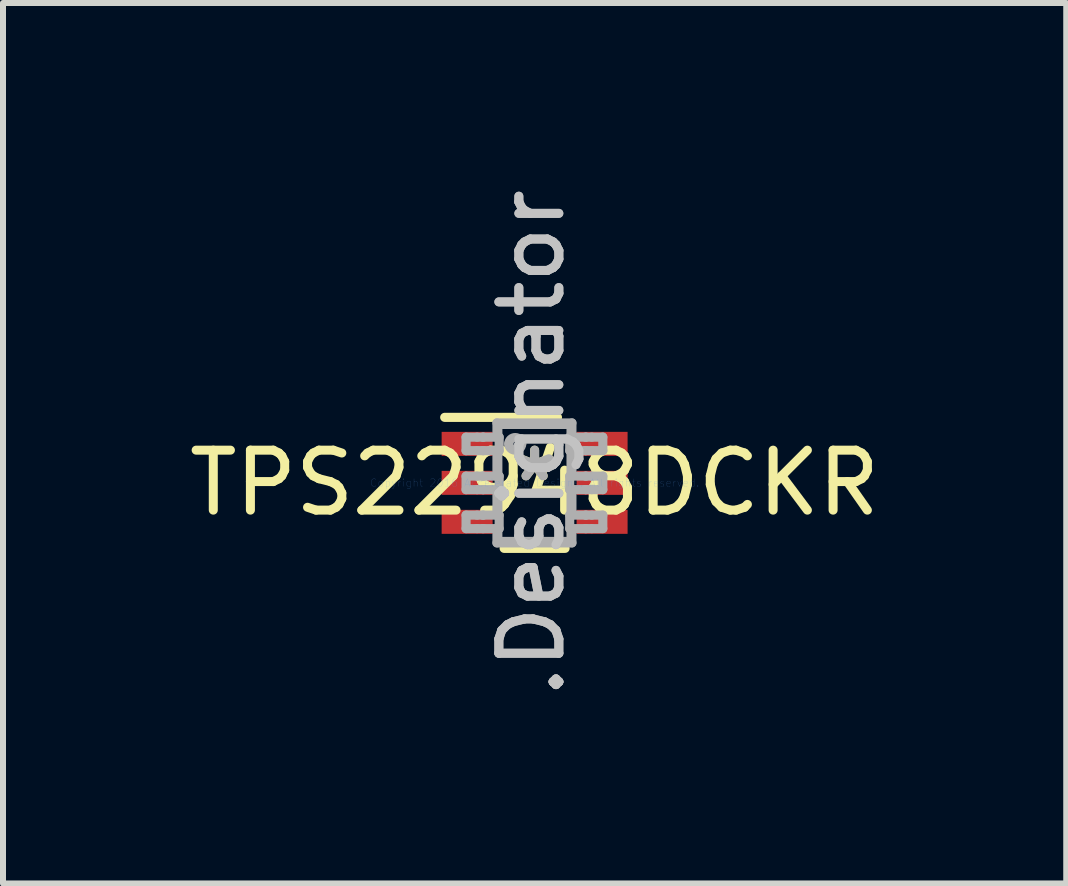
<source format=kicad_pcb>
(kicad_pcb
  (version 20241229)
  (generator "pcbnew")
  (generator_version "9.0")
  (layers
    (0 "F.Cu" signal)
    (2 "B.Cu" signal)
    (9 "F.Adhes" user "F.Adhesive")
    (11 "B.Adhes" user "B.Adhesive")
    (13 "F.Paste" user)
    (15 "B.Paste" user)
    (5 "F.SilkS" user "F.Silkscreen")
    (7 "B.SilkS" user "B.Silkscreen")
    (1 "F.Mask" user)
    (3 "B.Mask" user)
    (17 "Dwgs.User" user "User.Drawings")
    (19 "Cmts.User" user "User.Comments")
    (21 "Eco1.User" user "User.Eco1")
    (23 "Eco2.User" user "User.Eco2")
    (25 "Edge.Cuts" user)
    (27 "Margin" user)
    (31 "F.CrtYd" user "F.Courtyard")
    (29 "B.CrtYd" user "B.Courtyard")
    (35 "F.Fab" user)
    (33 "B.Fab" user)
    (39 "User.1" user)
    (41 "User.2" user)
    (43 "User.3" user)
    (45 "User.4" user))
  (footprint "TPS22948DCKR"
    (layer "F.Cu")
    (at 5.863 5)
    (property "Reference" "TPS22948DCKR" (at 0 0 0) (layer "F.SilkS") (effects (font (size 1 1) (thickness 0.15))))
    (attr through_hole)
    (fp_line (start -1.499 -1.092) (end 0.381 -1.092) (stroke (width 0.152) (type solid)) (layer "F.SilkS"))
    (fp_line (start -0.508 1.092) (end 0.508 1.092) (stroke (width 0.152) (type solid)) (layer "F.SilkS"))
    (fp_line (start -1.143 -0.762) (end -0.959 -0.762) (stroke (width 0.152) (type solid)) (layer "F.Fab"))
    (fp_line (start -1.143 -0.537) (end -1.143 -0.762) (stroke (width 0.152) (type solid)) (layer "F.Fab"))
    (fp_line (start -1.143 -0.537) (end -0.959 -0.537) (stroke (width 0.152) (type solid)) (layer "F.Fab"))
    (fp_line (start -1.143 -0.112) (end -0.959 -0.112) (stroke (width 0.152) (type solid)) (layer "F.Fab"))
    (fp_line (start -1.143 0.113) (end -1.143 -0.112) (stroke (width 0.152) (type solid)) (layer "F.Fab"))
    (fp_line (start -1.143 0.113) (end -0.959 0.113) (stroke (width 0.152) (type solid)) (layer "F.Fab"))
    (fp_line (start -1.143 0.538) (end -0.959 0.538) (stroke (width 0.152) (type solid)) (layer "F.Fab"))
    (fp_line (start -1.143 0.763) (end -1.143 0.538) (stroke (width 0.152) (type solid)) (layer "F.Fab"))
    (fp_line (start -1.143 0.763) (end -0.959 0.763) (stroke (width 0.152) (type solid)) (layer "F.Fab"))
    (fp_line (start -0.959 -0.762) (end -0.865 -0.762) (stroke (width 0.152) (type solid)) (layer "F.Fab"))
    (fp_line (start -0.959 -0.537) (end -0.865 -0.537) (stroke (width 0.152) (type solid)) (layer "F.Fab"))
    (fp_line (start -0.959 -0.112) (end -0.865 -0.112) (stroke (width 0.152) (type solid)) (layer "F.Fab"))
    (fp_line (start -0.959 0.113) (end -0.865 0.113) (stroke (width 0.152) (type solid)) (layer "F.Fab"))
    (fp_line (start -0.959 0.538) (end -0.865 0.538) (stroke (width 0.152) (type solid)) (layer "F.Fab"))
    (fp_line (start -0.959 0.763) (end -0.865 0.763) (stroke (width 0.152) (type solid)) (layer "F.Fab"))
    (fp_line (start -0.865 -0.762) (end -0.853 -0.762) (stroke (width 0.152) (type solid)) (layer "F.Fab"))
    (fp_line (start -0.865 -0.537) (end -0.853 -0.537) (stroke (width 0.152) (type solid)) (layer "F.Fab"))
    (fp_line (start -0.865 -0.112) (end -0.853 -0.112) (stroke (width 0.152) (type solid)) (layer "F.Fab"))
    (fp_line (start -0.865 0.113) (end -0.853 0.113) (stroke (width 0.152) (type solid)) (layer "F.Fab"))
    (fp_line (start -0.865 0.538) (end -0.853 0.538) (stroke (width 0.152) (type solid)) (layer "F.Fab"))
    (fp_line (start -0.865 0.763) (end -0.853 0.763) (stroke (width 0.152) (type solid)) (layer "F.Fab"))
    (fp_line (start -0.853 -0.762) (end -0.628 -0.762) (stroke (width 0.152) (type solid)) (layer "F.Fab"))
    (fp_line (start -0.853 -0.537) (end -0.628 -0.537) (stroke (width 0.152) (type solid)) (layer "F.Fab"))
    (fp_line (start -0.853 -0.112) (end -0.628 -0.112) (stroke (width 0.152) (type solid)) (layer "F.Fab"))
    (fp_line (start -0.853 0.113) (end -0.628 0.113) (stroke (width 0.152) (type solid)) (layer "F.Fab"))
    (fp_line (start -0.853 0.538) (end -0.628 0.538) (stroke (width 0.152) (type solid)) (layer "F.Fab"))
    (fp_line (start -0.853 0.763) (end -0.628 0.763) (stroke (width 0.152) (type solid)) (layer "F.Fab"))
    (fp_line (start -0.628 -0.999) (end 0.622 -0.999) (stroke (width 0.152) (type solid)) (layer "F.Fab"))
    (fp_line (start -0.628 -0.762) (end -0.628 -0.999) (stroke (width 0.152) (type solid)) (layer "F.Fab"))
    (fp_line (start -0.628 -0.762) (end -0.591 -0.762) (stroke (width 0.152) (type solid)) (layer "F.Fab"))
    (fp_line (start -0.628 -0.537) (end -0.591 -0.537) (stroke (width 0.152) (type solid)) (layer "F.Fab"))
    (fp_line (start -0.628 -0.112) (end -0.628 -0.537) (stroke (width 0.152) (type solid)) (layer "F.Fab"))
    (fp_line (start -0.628 -0.112) (end -0.591 -0.112) (stroke (width 0.152) (type solid)) (layer "F.Fab"))
    (fp_line (start -0.628 0.113) (end -0.591 0.113) (stroke (width 0.152) (type solid)) (layer "F.Fab"))
    (fp_line (start -0.628 0.538) (end -0.628 0.113) (stroke (width 0.152) (type solid)) (layer "F.Fab"))
    (fp_line (start -0.628 0.538) (end -0.591 0.538) (stroke (width 0.152) (type solid)) (layer "F.Fab"))
    (fp_line (start -0.628 0.763) (end -0.591 0.763) (stroke (width 0.152) (type solid)) (layer "F.Fab"))
    (fp_line (start -0.628 1.001) (end -0.628 0.763) (stroke (width 0.152) (type solid)) (layer "F.Fab"))
    (fp_line (start -0.628 1.001) (end 0.622 1.001) (stroke (width 0.152) (type solid)) (layer "F.Fab"))
    (fp_line (start -0.613 -0.974) (end 0.607 -0.974) (stroke (width 0.152) (type solid)) (layer "F.Fab"))
    (fp_line (start -0.613 -0.762) (end -0.613 -0.974) (stroke (width 0.152) (type solid)) (layer "F.Fab"))
    (fp_line (start -0.613 -0.112) (end -0.613 -0.537) (stroke (width 0.152) (type solid)) (layer "F.Fab"))
    (fp_line (start -0.613 0.538) (end -0.613 0.113) (stroke (width 0.152) (type solid)) (layer "F.Fab"))
    (fp_line (start -0.613 0.976) (end -0.613 0.763) (stroke (width 0.152) (type solid)) (layer "F.Fab"))
    (fp_line (start -0.613 0.976) (end 0.607 0.976) (stroke (width 0.152) (type solid)) (layer "F.Fab"))
    (fp_line (start -0.591 -0.537) (end -0.591 -0.762) (stroke (width 0.152) (type solid)) (layer "F.Fab"))
    (fp_line (start -0.591 0.113) (end -0.591 -0.112) (stroke (width 0.152) (type solid)) (layer "F.Fab"))
    (fp_line (start -0.591 0.763) (end -0.591 0.538) (stroke (width 0.152) (type solid)) (layer "F.Fab"))
    (fp_line (start 0.585 -0.762) (end 0.622 -0.762) (stroke (width 0.152) (type solid)) (layer "F.Fab"))
    (fp_line (start 0.585 -0.537) (end 0.585 -0.762) (stroke (width 0.152) (type solid)) (layer "F.Fab"))
    (fp_line (start 0.585 -0.537) (end 0.622 -0.537) (stroke (width 0.152) (type solid)) (layer "F.Fab"))
    (fp_line (start 0.585 -0.112) (end 0.622 -0.112) (stroke (width 0.152) (type solid)) (layer "F.Fab"))
    (fp_line (start 0.585 0.113) (end 0.585 -0.112) (stroke (width 0.152) (type solid)) (layer "F.Fab"))
    (fp_line (start 0.585 0.113) (end 0.622 0.113) (stroke (width 0.152) (type solid)) (layer "F.Fab"))
    (fp_line (start 0.585 0.538) (end 0.622 0.538) (stroke (width 0.152) (type solid)) (layer "F.Fab"))
    (fp_line (start 0.585 0.763) (end 0.585 0.538) (stroke (width 0.152) (type solid)) (layer "F.Fab"))
    (fp_line (start 0.585 0.763) (end 0.622 0.763) (stroke (width 0.152) (type solid)) (layer "F.Fab"))
    (fp_line (start 0.607 -0.762) (end 0.607 -0.974) (stroke (width 0.152) (type solid)) (layer "F.Fab"))
    (fp_line (start 0.607 -0.112) (end 0.607 -0.537) (stroke (width 0.152) (type solid)) (layer "F.Fab"))
    (fp_line (start 0.607 0.538) (end 0.607 0.113) (stroke (width 0.152) (type solid)) (layer "F.Fab"))
    (fp_line (start 0.607 0.976) (end 0.607 0.763) (stroke (width 0.152) (type solid)) (layer "F.Fab"))
    (fp_line (start 0.622 -0.762) (end 0.622 -0.999) (stroke (width 0.152) (type solid)) (layer "F.Fab"))
    (fp_line (start 0.622 -0.762) (end 0.847 -0.762) (stroke (width 0.152) (type solid)) (layer "F.Fab"))
    (fp_line (start 0.622 -0.537) (end 0.847 -0.537) (stroke (width 0.152) (type solid)) (layer "F.Fab"))
    (fp_line (start 0.622 -0.112) (end 0.622 -0.537) (stroke (width 0.152) (type solid)) (layer "F.Fab"))
    (fp_line (start 0.622 -0.112) (end 0.847 -0.112) (stroke (width 0.152) (type solid)) (layer "F.Fab"))
    (fp_line (start 0.622 0.113) (end 0.847 0.113) (stroke (width 0.152) (type solid)) (layer "F.Fab"))
    (fp_line (start 0.622 0.538) (end 0.622 0.113) (stroke (width 0.152) (type solid)) (layer "F.Fab"))
    (fp_line (start 0.622 0.538) (end 0.847 0.538) (stroke (width 0.152) (type solid)) (layer "F.Fab"))
    (fp_line (start 0.622 0.763) (end 0.847 0.763) (stroke (width 0.152) (type solid)) (layer "F.Fab"))
    (fp_line (start 0.622 1.001) (end 0.622 0.763) (stroke (width 0.152) (type solid)) (layer "F.Fab"))
    (fp_line (start 0.847 -0.762) (end 0.859 -0.762) (stroke (width 0.152) (type solid)) (layer "F.Fab"))
    (fp_line (start 0.847 -0.537) (end 0.859 -0.537) (stroke (width 0.152) (type solid)) (layer "F.Fab"))
    (fp_line (start 0.847 -0.112) (end 0.859 -0.112) (stroke (width 0.152) (type solid)) (layer "F.Fab"))
    (fp_line (start 0.847 0.113) (end 0.859 0.113) (stroke (width 0.152) (type solid)) (layer "F.Fab"))
    (fp_line (start 0.847 0.538) (end 0.859 0.538) (stroke (width 0.152) (type solid)) (layer "F.Fab"))
    (fp_line (start 0.847 0.763) (end 0.859 0.763) (stroke (width 0.152) (type solid)) (layer "F.Fab"))
    (fp_line (start 0.859 -0.762) (end 0.953 -0.762) (stroke (width 0.152) (type solid)) (layer "F.Fab"))
    (fp_line (start 0.859 -0.537) (end 0.953 -0.537) (stroke (width 0.152) (type solid)) (layer "F.Fab"))
    (fp_line (start 0.859 -0.112) (end 0.953 -0.112) (stroke (width 0.152) (type solid)) (layer "F.Fab"))
    (fp_line (start 0.859 0.113) (end 0.953 0.113) (stroke (width 0.152) (type solid)) (layer "F.Fab"))
    (fp_line (start 0.859 0.538) (end 0.953 0.538) (stroke (width 0.152) (type solid)) (layer "F.Fab"))
    (fp_line (start 0.859 0.763) (end 0.953 0.763) (stroke (width 0.152) (type solid)) (layer "F.Fab"))
    (fp_line (start 0.953 -0.762) (end 1.137 -0.762) (stroke (width 0.152) (type solid)) (layer "F.Fab"))
    (fp_line (start 0.953 -0.537) (end 1.137 -0.537) (stroke (width 0.152) (type solid)) (layer "F.Fab"))
    (fp_line (start 0.953 -0.112) (end 1.137 -0.112) (stroke (width 0.152) (type solid)) (layer "F.Fab"))
    (fp_line (start 0.953 0.113) (end 1.137 0.113) (stroke (width 0.152) (type solid)) (layer "F.Fab"))
    (fp_line (start 0.953 0.538) (end 1.137 0.538) (stroke (width 0.152) (type solid)) (layer "F.Fab"))
    (fp_line (start 0.953 0.763) (end 1.137 0.763) (stroke (width 0.152) (type solid)) (layer "F.Fab"))
    (fp_line (start 1.137 -0.537) (end 1.137 -0.762) (stroke (width 0.152) (type solid)) (layer "F.Fab"))
    (fp_line (start 1.137 0.113) (end 1.137 -0.112) (stroke (width 0.152) (type solid)) (layer "F.Fab"))
    (fp_line (start 1.137 0.763) (end 1.137 0.538) (stroke (width 0.152) (type solid)) (layer "F.Fab"))
    (fp_arc (start -0.431546 -0.650138) (mid -0.323177 -0.758507) (end -0.214808 -0.650138) (stroke (width 0.1524) (type solid)) (layer "F.Fab"))
    (fp_arc (start -0.214808 -0.650138) (mid -0.323177 -0.541769) (end -0.431546 -0.650138) (stroke (width 0.1524) (type solid)) (layer "F.Fab"))
    (fp_text user "*" (at 0 0 0) (layer "F.SilkS") (effects (font (size 1 1) (thickness 0.15))))
    (fp_text user ".Designator" (at -0.051 -0.66 270) (layer "Dwgs.User") (effects (font (size 1 1) (thickness 0.15))))
    (fp_text user "Copyright 2016 Accelerated Designs. All rights reserved." (at 0 0 0) (layer "Cmts.User") (effects (font (size 0.127 0.127) (thickness 0.002))))
    (fp_text user ".Designator" (at -0.051 -0.66 270) (layer "F.Fab") (effects (font (size 1 1) (thickness 0.15))))
    (fp_text user "*" (at 0 0 0) (layer "F.Fab") (effects (font (size 1 1) (thickness 0.15))))
    (pad "1" smd rect (at -1.125 -0.65 90) (size 0.4 0.85) (layers "F.Cu" "F.Mask" "F.Paste"))
    (pad "2" smd rect (at -1.125 0 90) (size 0.4 0.85) (layers "F.Cu" "F.Mask" "F.Paste"))
    (pad "3" smd rect (at -1.125 0.65 90) (size 0.4 0.85) (layers "F.Cu" "F.Mask" "F.Paste"))
    (pad "4" smd rect (at 1.125 0.65 90) (size 0.4 0.85) (layers "F.Cu" "F.Mask" "F.Paste"))
    (pad "5" smd rect (at 1.125 0 90) (size 0.4 0.85) (layers "F.Cu" "F.Mask" "F.Paste"))
    (pad "6" smd rect (at 1.125 -0.65 90) (size 0.4 0.85) (layers "F.Cu" "F.Mask" "F.Paste")))
  (gr_rect
    (start -3 -3)
    (end 14.726 11.679)
    (stroke (width 0.1) (type default))
    (fill no)
    (layer "Edge.Cuts")))
</source>
